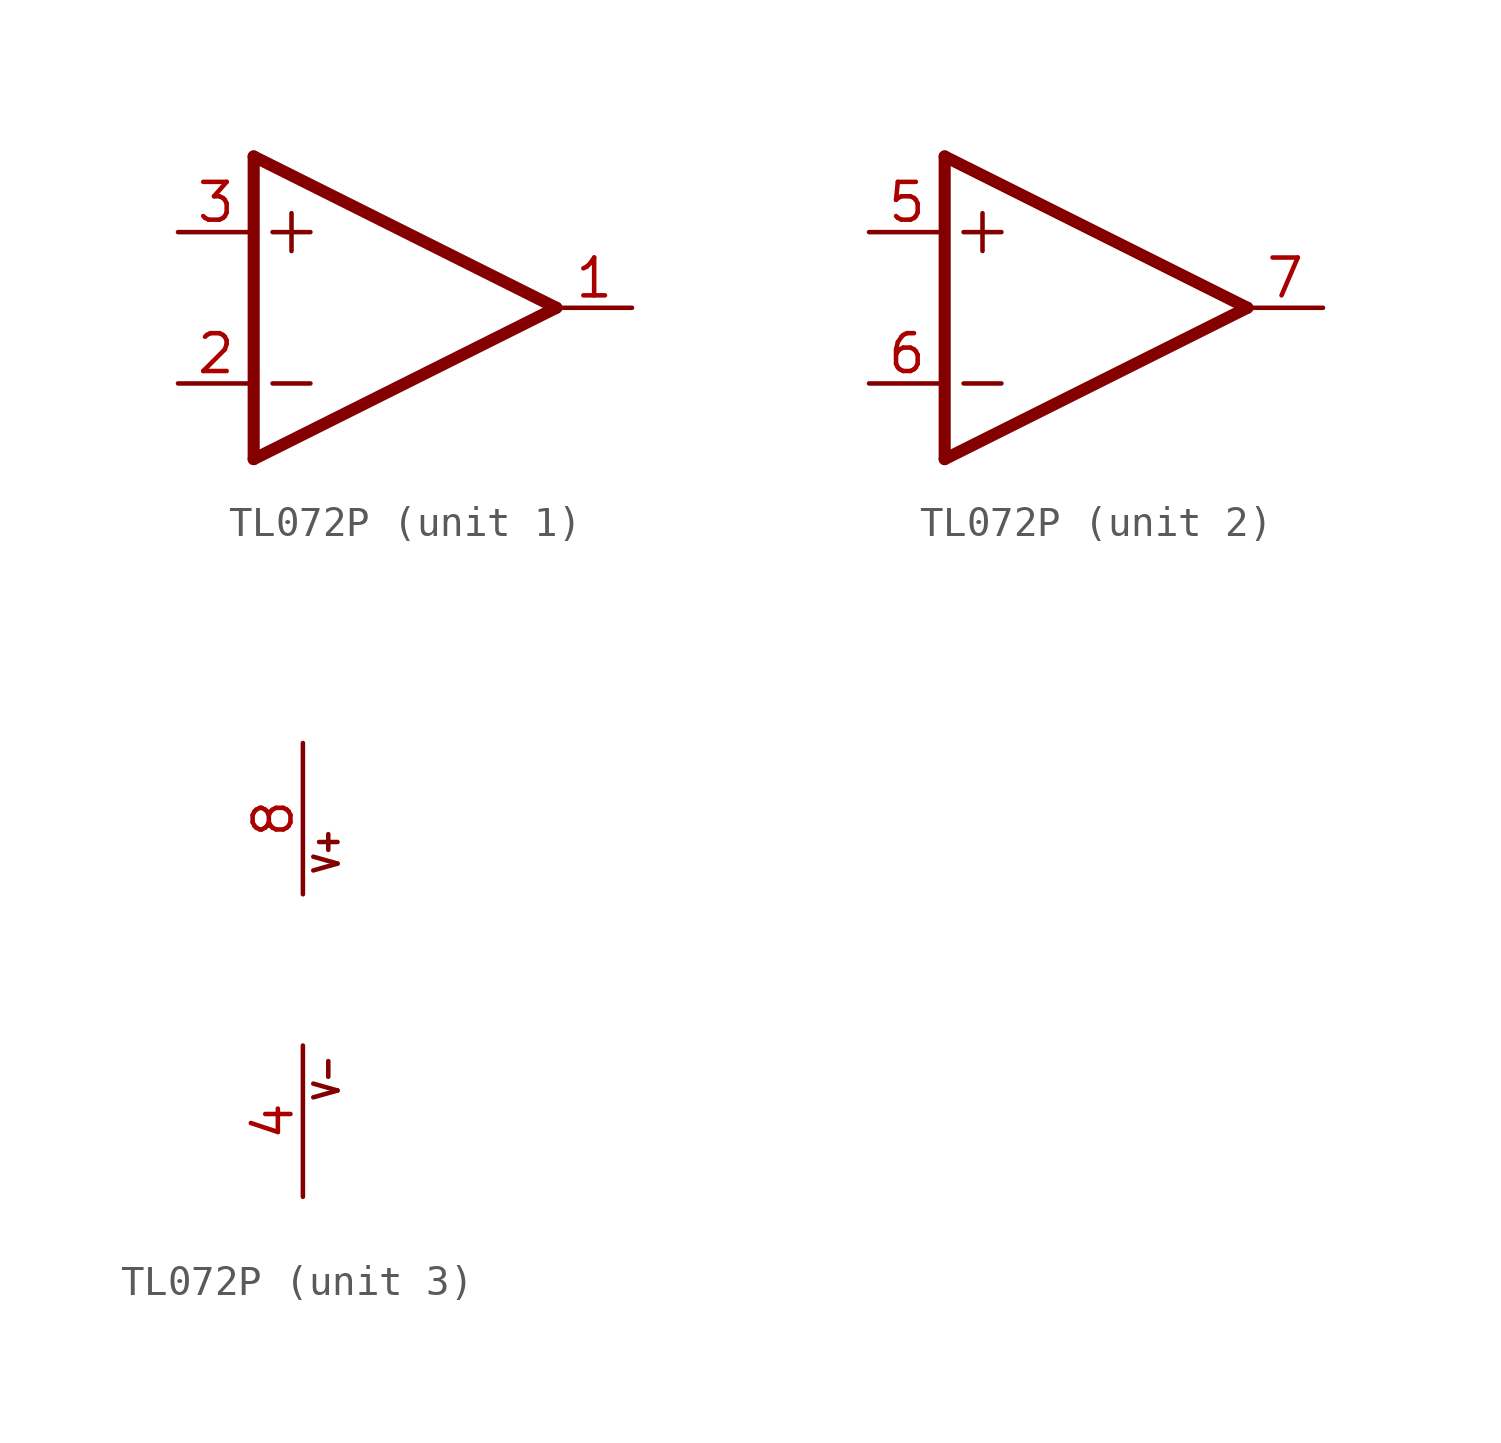
<source format=kicad_sym>
(kicad_symbol_lib
  (version 20220914)
  (generator kicad_symbol_editor)
  (symbol "TL072P"
    (property "Reference" "IC"
      (at 2.54 3.175 0)
      (effects (font (size 1.778 1.511)) (justify left bottom) hide))
    (property "ki_locked" ""
      (at 0 0 0)
      (effects (font (size 1.27 1.27))))
    (symbol "TL072P_1_0"
      (polyline (pts (xy -5.08 -5.08) (xy 5.08 0)) (stroke (width 0.406) (type solid)) (fill (type none)))
      (polyline (pts (xy -5.08 5.08) (xy -5.08 -5.08)) (stroke (width 0.406) (type solid)) (fill (type none)))
      (polyline (pts (xy -4.445 -2.54) (xy -3.175 -2.54)) (stroke (width 0.152) (type solid)) (fill (type none)))
      (polyline (pts (xy -4.445 2.54) (xy -3.175 2.54)) (stroke (width 0.152) (type solid)) (fill (type none)))
      (polyline (pts (xy -3.81 3.175) (xy -3.81 1.905)) (stroke (width 0.152) (type solid)) (fill (type none)))
      (polyline (pts (xy 5.08 0) (xy -5.08 5.08)) (stroke (width 0.406) (type solid)) (fill (type none)))
      (pin output line (at 7.62 0 180) (length 2.54) (name "OUT" (effects (font (size 0 0)))) (number "1" (effects (font (size 1.27 1.27)))))
      (pin input line (at -7.62 -2.54 0) (length 2.54) (name "-IN" (effects (font (size 0 0)))) (number "2" (effects (font (size 1.27 1.27)))))
      (pin input line (at -7.62 2.54 0) (length 2.54) (name "+IN" (effects (font (size 0 0)))) (number "3" (effects (font (size 1.27 1.27))))))
    (symbol "TL072P_2_0"
      (polyline (pts (xy -5.08 -5.08) (xy 5.08 0)) (stroke (width 0.406) (type solid)) (fill (type none)))
      (polyline (pts (xy -5.08 5.08) (xy -5.08 -5.08)) (stroke (width 0.406) (type solid)) (fill (type none)))
      (polyline (pts (xy -4.445 -2.54) (xy -3.175 -2.54)) (stroke (width 0.152) (type solid)) (fill (type none)))
      (polyline (pts (xy -4.445 2.54) (xy -3.175 2.54)) (stroke (width 0.152) (type solid)) (fill (type none)))
      (polyline (pts (xy -3.81 3.175) (xy -3.81 1.905)) (stroke (width 0.152) (type solid)) (fill (type none)))
      (polyline (pts (xy 5.08 0) (xy -5.08 5.08)) (stroke (width 0.406) (type solid)) (fill (type none)))
      (pin input line (at -7.62 2.54 0) (length 2.54) (name "+IN" (effects (font (size 0 0)))) (number "5" (effects (font (size 1.27 1.27)))))
      (pin input line (at -7.62 -2.54 0) (length 2.54) (name "-IN" (effects (font (size 0 0)))) (number "6" (effects (font (size 1.27 1.27)))))
      (pin output line (at 7.62 0 180) (length 2.54) (name "OUT" (effects (font (size 0 0)))) (number "7" (effects (font (size 1.27 1.27))))))
    (symbol "TL072P_3_0"
      (text "V+" (at 1.27 3.175 900) (effects (font (size 0.813 0.691)) (justify left bottom)))
      (text "V-" (at 1.27 -4.445 900) (effects (font (size 0.813 0.691)) (justify left bottom)))
      (pin power_in line (at 0 -7.62 90) (length 5.08) (name "V-" (effects (font (size 0 0)))) (number "4" (effects (font (size 1.27 1.27)))))
      (pin power_in line (at 0 7.62 270) (length 5.08) (name "V+" (effects (font (size 0 0)))) (number "8" (effects (font (size 1.27 1.27))))))))
</source>
